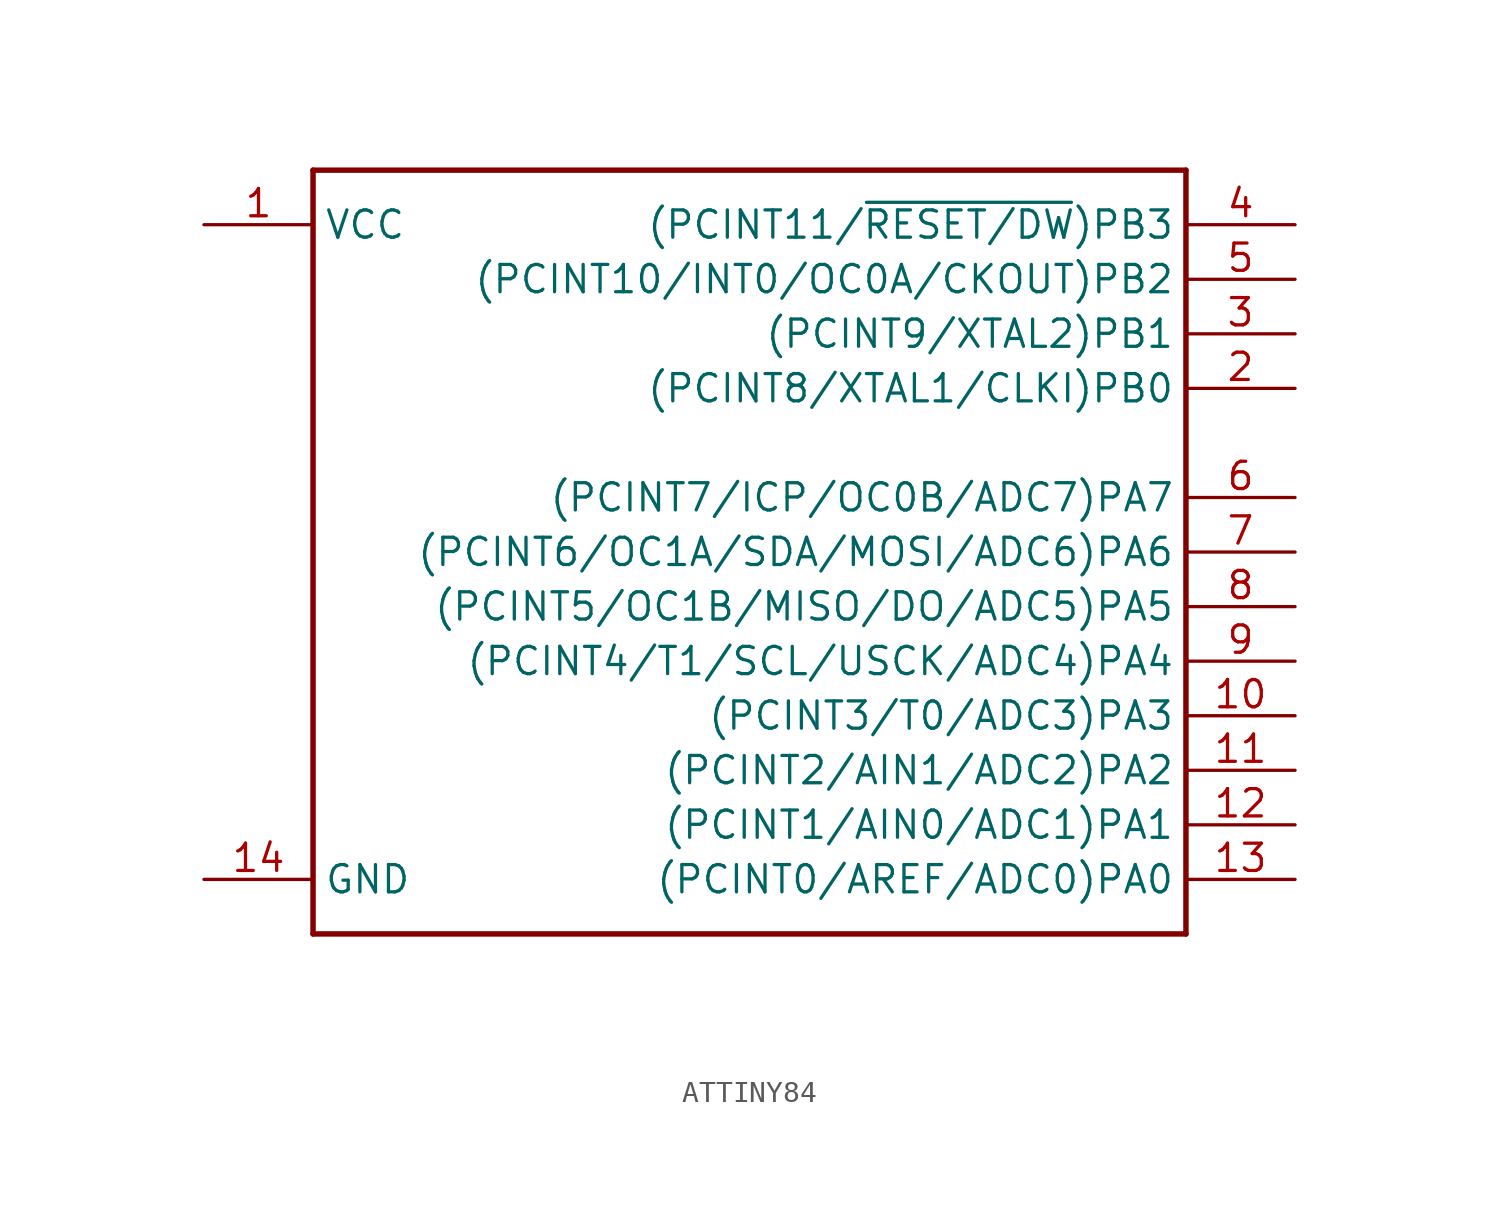
<source format=kicad_sym>
(kicad_symbol_lib
  (version 20231120)
  (generator "kicad_symbol_editor")
  (generator_version "8.0")
  (symbol "ATTINY84"
    (property "Reference" ""
      (at -20.32 18.542 0)
      (effects (font (size 1.778 1.511)) (justify left bottom) (hide yes)))
    (property "Value" ""
      (at -20.32 -20.32 0)
      (effects (font (size 1.778 1.511)) (justify left bottom)))
    (property "ki_locked" ""
      (at 0 0 0)
      (effects (font (size 1.27 1.27))))
    (symbol "ATTINY84_1_0"
      (polyline (pts (xy -20.32 -17.78) (xy -20.32 17.78)) (stroke (width 0.254) (type solid)) (fill (type none)))
      (polyline (pts (xy -20.32 17.78) (xy 20.32 17.78)) (stroke (width 0.254) (type solid)) (fill (type none)))
      (polyline (pts (xy 20.32 -17.78) (xy -20.32 -17.78)) (stroke (width 0.254) (type solid)) (fill (type none)))
      (polyline (pts (xy 20.32 17.78) (xy 20.32 -17.78)) (stroke (width 0.254) (type solid)) (fill (type none)))
      (pin bidirectional line (at -25.4 15.24 0) (length 5.08) (name "VCC" (effects (font (size 1.27 1.27)))) (number "1" (effects (font (size 1.27 1.27)))))
      (pin bidirectional line (at 25.4 -7.62 180) (length 5.08) (name "(PCINT3/T0/ADC3)PA3" (effects (font (size 1.27 1.27)))) (number "10" (effects (font (size 1.27 1.27)))))
      (pin bidirectional line (at 25.4 -10.16 180) (length 5.08) (name "(PCINT2/AIN1/ADC2)PA2" (effects (font (size 1.27 1.27)))) (number "11" (effects (font (size 1.27 1.27)))))
      (pin bidirectional line (at 25.4 -12.7 180) (length 5.08) (name "(PCINT1/AIN0/ADC1)PA1" (effects (font (size 1.27 1.27)))) (number "12" (effects (font (size 1.27 1.27)))))
      (pin bidirectional line (at 25.4 -15.24 180) (length 5.08) (name "(PCINT0/AREF/ADC0)PA0" (effects (font (size 1.27 1.27)))) (number "13" (effects (font (size 1.27 1.27)))))
      (pin bidirectional line (at -25.4 -15.24 0) (length 5.08) (name "GND" (effects (font (size 1.27 1.27)))) (number "14" (effects (font (size 1.27 1.27)))))
      (pin bidirectional line (at 25.4 7.62 180) (length 5.08) (name "(PCINT8/XTAL1/CLKI)PB0" (effects (font (size 1.27 1.27)))) (number "2" (effects (font (size 1.27 1.27)))))
      (pin bidirectional line (at 25.4 10.16 180) (length 5.08) (name "(PCINT9/XTAL2)PB1" (effects (font (size 1.27 1.27)))) (number "3" (effects (font (size 1.27 1.27)))))
      (pin bidirectional line (at 25.4 15.24 180) (length 5.08) (name "(PCINT11/~{RESET/DW})PB3" (effects (font (size 1.27 1.27)))) (number "4" (effects (font (size 1.27 1.27)))))
      (pin bidirectional line (at 25.4 12.7 180) (length 5.08) (name "(PCINT10/INT0/OC0A/CKOUT)PB2" (effects (font (size 1.27 1.27)))) (number "5" (effects (font (size 1.27 1.27)))))
      (pin bidirectional line (at 25.4 2.54 180) (length 5.08) (name "(PCINT7/ICP/OC0B/ADC7)PA7" (effects (font (size 1.27 1.27)))) (number "6" (effects (font (size 1.27 1.27)))))
      (pin bidirectional line (at 25.4 0 180) (length 5.08) (name "(PCINT6/OC1A/SDA/MOSI/ADC6)PA6" (effects (font (size 1.27 1.27)))) (number "7" (effects (font (size 1.27 1.27)))))
      (pin bidirectional line (at 25.4 -2.54 180) (length 5.08) (name "(PCINT5/OC1B/MISO/DO/ADC5)PA5" (effects (font (size 1.27 1.27)))) (number "8" (effects (font (size 1.27 1.27)))))
      (pin bidirectional line (at 25.4 -5.08 180) (length 5.08) (name "(PCINT4/T1/SCL/USCK/ADC4)PA4" (effects (font (size 1.27 1.27)))) (number "9" (effects (font (size 1.27 1.27))))))))
</source>
